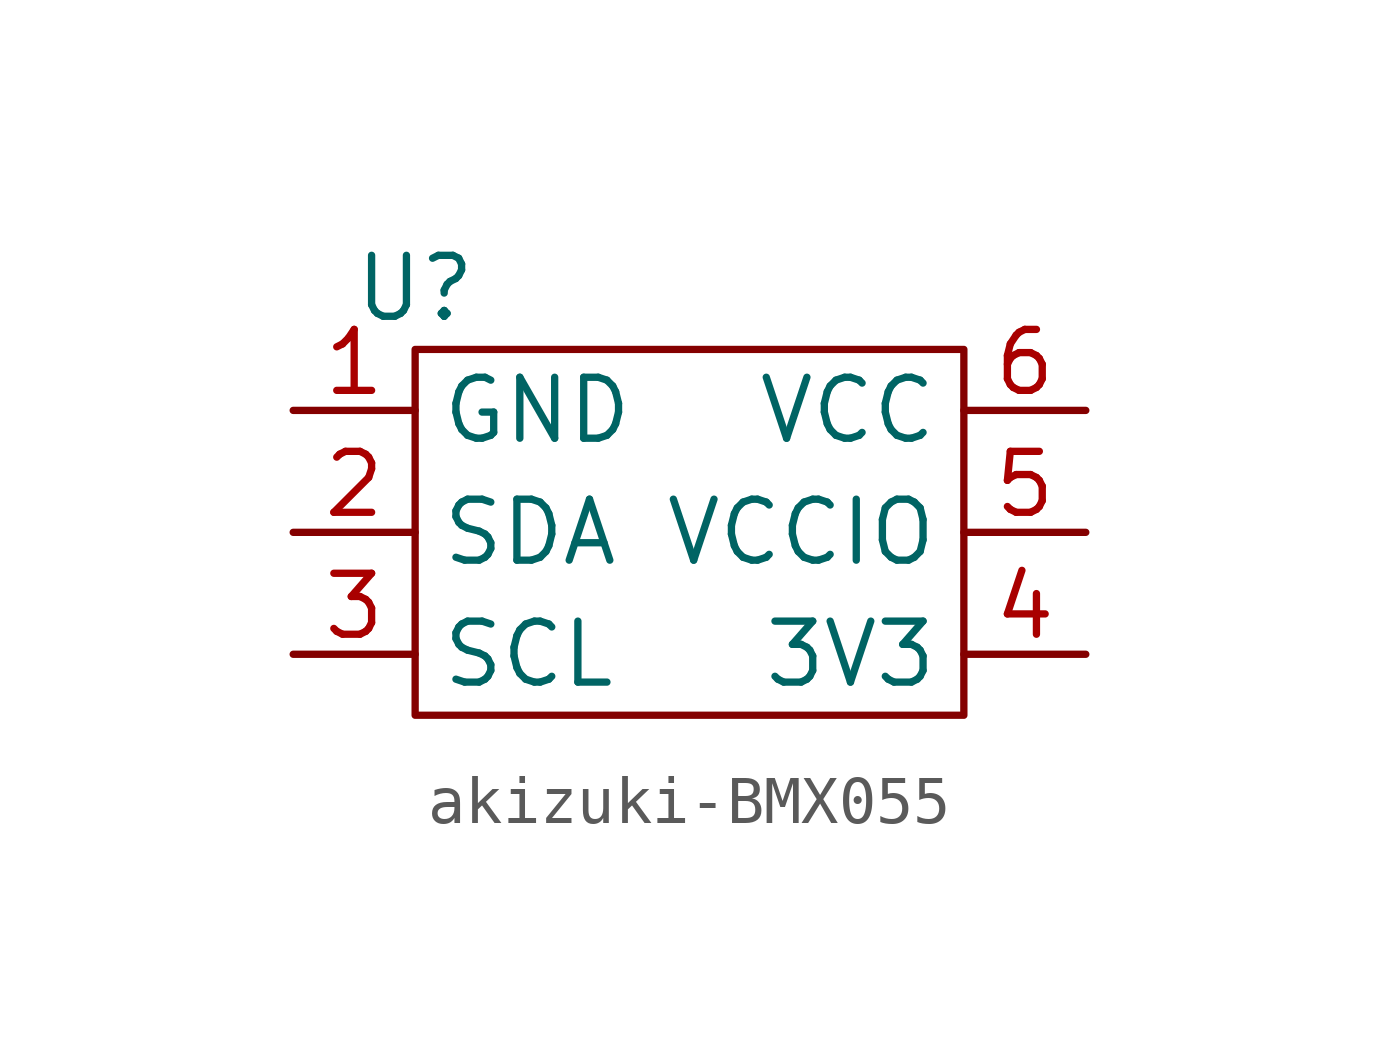
<source format=kicad_sym>
(kicad_symbol_lib
  (version 20231120)
  (generator "kicad_symbol_editor")
  (generator_version "8.0")
  (symbol "akizuki-BMX055"
    (property "Reference" "U"
      (at 0 1.27 0)
      (effects (font (size 1.27 1.27))))
    (property "Value" ""
      (at 0 0 0)
      (effects (font (size 1.27 1.27))))
    (symbol "akizuki-BMX055_0_1"
      (rectangle (start 0 0) (end 11.43 -7.62) (stroke (width 0) (type default)) (fill (type none))))
    (symbol "akizuki-BMX055_1_1"
      (pin power_in line (at -2.54 -1.27 0) (length 2.54) (name "GND" (effects (font (size 1.27 1.27)))) (number "1" (effects (font (size 1.27 1.27)))))
      (pin bidirectional line (at -2.54 -3.81 0) (length 2.54) (name "SDA" (effects (font (size 1.27 1.27)))) (number "2" (effects (font (size 1.27 1.27)))))
      (pin bidirectional line (at -2.54 -6.35 0) (length 2.54) (name "SCL" (effects (font (size 1.27 1.27)))) (number "3" (effects (font (size 1.27 1.27)))))
      (pin bidirectional line (at 13.97 -6.35 180) (length 2.54) (name "3V3" (effects (font (size 1.27 1.27)))) (number "4" (effects (font (size 1.27 1.27)))))
      (pin bidirectional line (at 13.97 -3.81 180) (length 2.54) (name "VCCIO" (effects (font (size 1.27 1.27)))) (number "5" (effects (font (size 1.27 1.27)))))
      (pin bidirectional line (at 13.97 -1.27 180) (length 2.54) (name "VCC" (effects (font (size 1.27 1.27)))) (number "6" (effects (font (size 1.27 1.27))))))))
</source>
